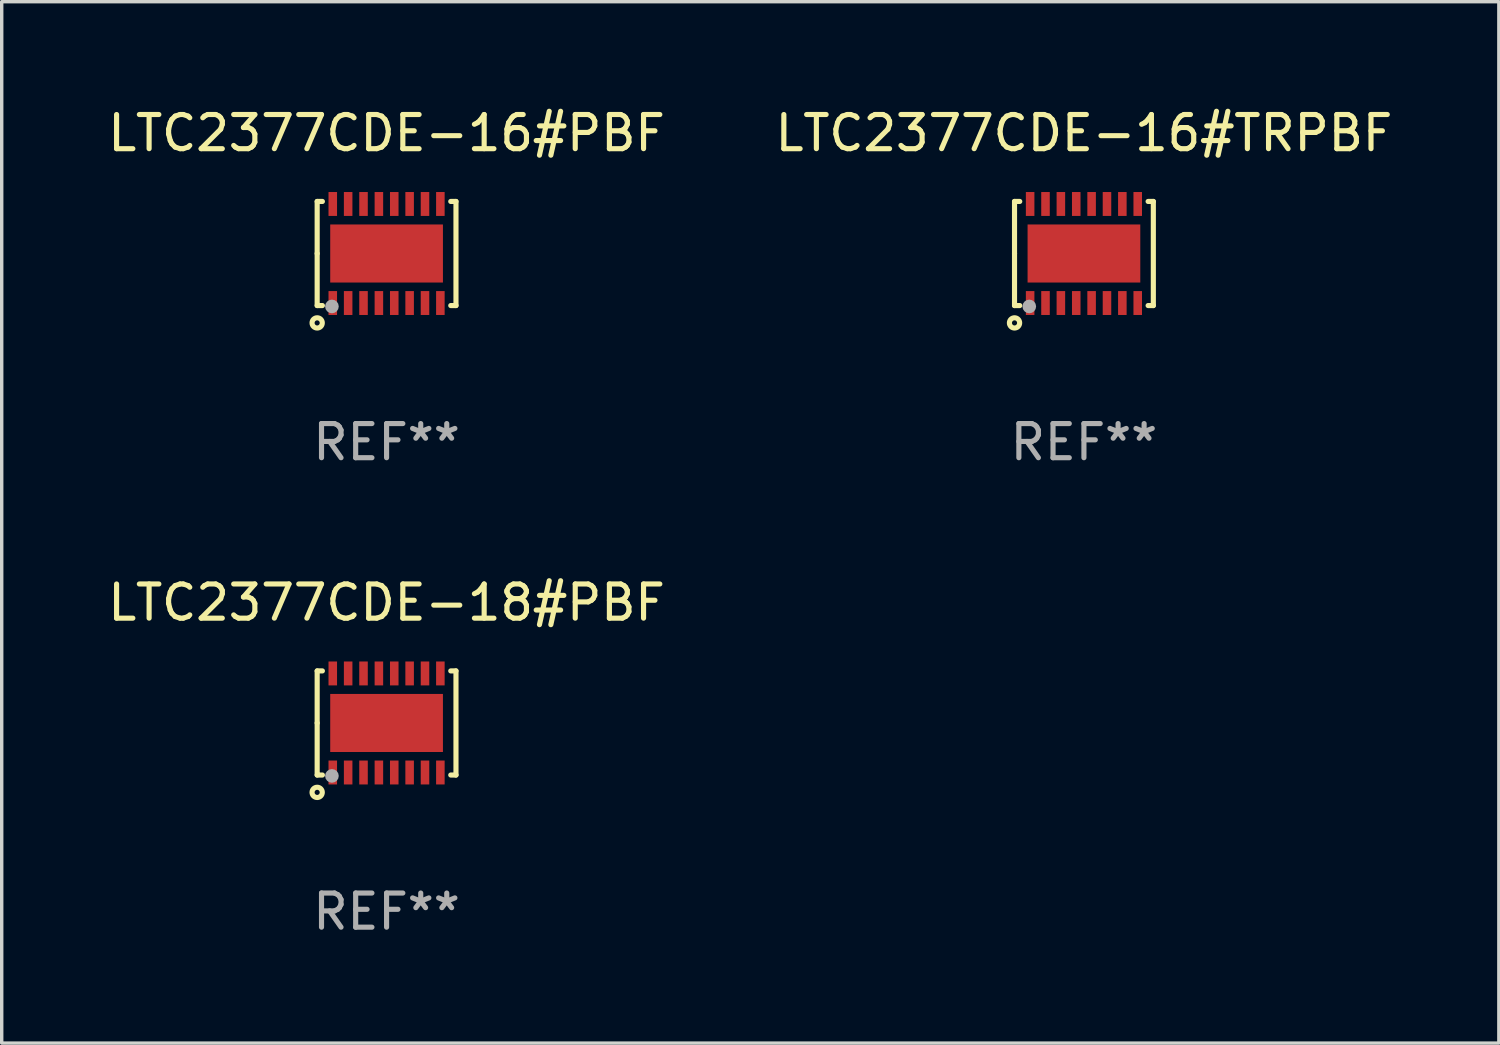
<source format=kicad_pcb>
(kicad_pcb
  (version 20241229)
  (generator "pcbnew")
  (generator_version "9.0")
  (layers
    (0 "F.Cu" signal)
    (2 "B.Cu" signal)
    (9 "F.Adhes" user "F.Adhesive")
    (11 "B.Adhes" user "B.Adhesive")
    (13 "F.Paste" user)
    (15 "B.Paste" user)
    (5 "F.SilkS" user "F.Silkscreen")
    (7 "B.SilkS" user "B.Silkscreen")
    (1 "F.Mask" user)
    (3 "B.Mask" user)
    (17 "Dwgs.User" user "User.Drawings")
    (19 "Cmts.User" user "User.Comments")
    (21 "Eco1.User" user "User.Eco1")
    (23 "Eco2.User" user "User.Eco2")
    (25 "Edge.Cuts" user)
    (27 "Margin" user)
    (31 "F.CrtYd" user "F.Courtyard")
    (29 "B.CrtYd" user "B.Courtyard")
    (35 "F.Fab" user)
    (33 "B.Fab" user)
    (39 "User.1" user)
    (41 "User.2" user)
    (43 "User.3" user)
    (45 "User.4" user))
  (footprint "LTC2377CDE-16#TRPBF"
    (layer "F.Cu")
    (at 28.685 4.372)
    (property "Reference" "LTC2377CDE-16#TRPBF" (at 0 -3.524 0) (layer "F.SilkS") (effects (font (size 1 1) (thickness 0.15))))
    (attr through_hole)
    (fp_line (start -2.032 -1.524) (end -1.879 -1.524) (stroke (width 0.15) (type solid)) (layer "F.SilkS"))
    (fp_line (start -2.032 0) (end -2.032 -1.524) (stroke (width 0.15) (type solid)) (layer "F.SilkS"))
    (fp_line (start -2.032 1.524) (end -2.032 0) (stroke (width 0.15) (type solid)) (layer "F.SilkS"))
    (fp_line (start -1.879 1.524) (end -2.032 1.524) (stroke (width 0.15) (type solid)) (layer "F.SilkS"))
    (fp_line (start 1.879 -1.524) (end 2.032 -1.524) (stroke (width 0.15) (type solid)) (layer "F.SilkS"))
    (fp_line (start 2.032 -1.524) (end 2.032 1.524) (stroke (width 0.15) (type solid)) (layer "F.SilkS"))
    (fp_line (start 2.032 1.524) (end 1.879 1.524) (stroke (width 0.15) (type solid)) (layer "F.SilkS"))
    (fp_circle (center -2.032 2.032) (end -1.882 2.032) (stroke (width 0.15) (type solid)) (fill no) (layer "F.SilkS"))
    (fp_circle (center -2 1.5) (end -1.97 1.5) (stroke (width 0.06) (type solid)) (fill no) (layer "F.SilkS"))
    (fp_circle (center -1.6 1.55) (end -1.5 1.55) (stroke (width 0.2) (type solid)) (fill no) (layer "F.Fab"))
    (fp_text user "REF**" (at 0 5.524 0) (layer "F.Fab") (effects (font (size 1 1) (thickness 0.15))))
    (pad "1" smd rect (at -1.575 1.45 90) (size 0.7 0.25) (layers "F.Cu" "F.Mask" "F.Paste"))
    (pad "2" smd rect (at -1.125 1.45 90) (size 0.7 0.25) (layers "F.Cu" "F.Mask" "F.Paste"))
    (pad "3" smd rect (at -0.675 1.45 90) (size 0.7 0.25) (layers "F.Cu" "F.Mask" "F.Paste"))
    (pad "4" smd rect (at -0.225 1.45 90) (size 0.7 0.25) (layers "F.Cu" "F.Mask" "F.Paste"))
    (pad "5" smd rect (at 0.225 1.45 90) (size 0.7 0.25) (layers "F.Cu" "F.Mask" "F.Paste"))
    (pad "6" smd rect (at 0.675 1.45 90) (size 0.7 0.25) (layers "F.Cu" "F.Mask" "F.Paste"))
    (pad "7" smd rect (at 1.125 1.45 90) (size 0.7 0.25) (layers "F.Cu" "F.Mask" "F.Paste"))
    (pad "8" smd rect (at 1.575 1.45 90) (size 0.7 0.25) (layers "F.Cu" "F.Mask" "F.Paste"))
    (pad "9" smd rect (at 1.575 -1.45 90) (size 0.7 0.25) (layers "F.Cu" "F.Mask" "F.Paste"))
    (pad "10" smd rect (at 1.125 -1.45 90) (size 0.7 0.25) (layers "F.Cu" "F.Mask" "F.Paste"))
    (pad "11" smd rect (at 0.675 -1.45 90) (size 0.7 0.25) (layers "F.Cu" "F.Mask" "F.Paste"))
    (pad "12" smd rect (at 0.225 -1.45 90) (size 0.7 0.25) (layers "F.Cu" "F.Mask" "F.Paste"))
    (pad "13" smd rect (at -0.225 -1.45 90) (size 0.7 0.25) (layers "F.Cu" "F.Mask" "F.Paste"))
    (pad "14" smd rect (at -0.675 -1.45 90) (size 0.7 0.25) (layers "F.Cu" "F.Mask" "F.Paste"))
    (pad "15" smd rect (at -1.125 -1.45 90) (size 0.7 0.25) (layers "F.Cu" "F.Mask" "F.Paste"))
    (pad "16" smd rect (at -1.575 -1.45 90) (size 0.7 0.25) (layers "F.Cu" "F.Mask" "F.Paste"))
    (pad "17" smd rect (at 0.000127 0 90) (size 1.7 3.3) (layers "F.Cu" "F.Mask" "F.Paste")))
  (footprint "LTC2377CDE-16#PBF"
    (layer "F.Cu")
    (at 8.268 4.372)
    (property "Reference" "LTC2377CDE-16#PBF" (at 0 -3.524 0) (layer "F.SilkS") (effects (font (size 1 1) (thickness 0.15))))
    (attr through_hole)
    (fp_line (start -2.032 -1.524) (end -1.879 -1.524) (stroke (width 0.15) (type solid)) (layer "F.SilkS"))
    (fp_line (start -2.032 0) (end -2.032 -1.524) (stroke (width 0.15) (type solid)) (layer "F.SilkS"))
    (fp_line (start -2.032 1.524) (end -2.032 0) (stroke (width 0.15) (type solid)) (layer "F.SilkS"))
    (fp_line (start -1.879 1.524) (end -2.032 1.524) (stroke (width 0.15) (type solid)) (layer "F.SilkS"))
    (fp_line (start 1.879 -1.524) (end 2.032 -1.524) (stroke (width 0.15) (type solid)) (layer "F.SilkS"))
    (fp_line (start 2.032 -1.524) (end 2.032 1.524) (stroke (width 0.15) (type solid)) (layer "F.SilkS"))
    (fp_line (start 2.032 1.524) (end 1.879 1.524) (stroke (width 0.15) (type solid)) (layer "F.SilkS"))
    (fp_circle (center -2.032 2.032) (end -1.882 2.032) (stroke (width 0.15) (type solid)) (fill no) (layer "F.SilkS"))
    (fp_circle (center -2 1.5) (end -1.97 1.5) (stroke (width 0.06) (type solid)) (fill no) (layer "F.SilkS"))
    (fp_circle (center -1.6 1.55) (end -1.5 1.55) (stroke (width 0.2) (type solid)) (fill no) (layer "F.Fab"))
    (fp_text user "REF**" (at 0 5.524 0) (layer "F.Fab") (effects (font (size 1 1) (thickness 0.15))))
    (pad "1" smd rect (at -1.575 1.45 90) (size 0.7 0.25) (layers "F.Cu" "F.Mask" "F.Paste"))
    (pad "2" smd rect (at -1.125 1.45 90) (size 0.7 0.25) (layers "F.Cu" "F.Mask" "F.Paste"))
    (pad "3" smd rect (at -0.675 1.45 90) (size 0.7 0.25) (layers "F.Cu" "F.Mask" "F.Paste"))
    (pad "4" smd rect (at -0.225 1.45 90) (size 0.7 0.25) (layers "F.Cu" "F.Mask" "F.Paste"))
    (pad "5" smd rect (at 0.225 1.45 90) (size 0.7 0.25) (layers "F.Cu" "F.Mask" "F.Paste"))
    (pad "6" smd rect (at 0.675 1.45 90) (size 0.7 0.25) (layers "F.Cu" "F.Mask" "F.Paste"))
    (pad "7" smd rect (at 1.125 1.45 90) (size 0.7 0.25) (layers "F.Cu" "F.Mask" "F.Paste"))
    (pad "8" smd rect (at 1.575 1.45 90) (size 0.7 0.25) (layers "F.Cu" "F.Mask" "F.Paste"))
    (pad "9" smd rect (at 1.575 -1.45 90) (size 0.7 0.25) (layers "F.Cu" "F.Mask" "F.Paste"))
    (pad "10" smd rect (at 1.125 -1.45 90) (size 0.7 0.25) (layers "F.Cu" "F.Mask" "F.Paste"))
    (pad "11" smd rect (at 0.675 -1.45 90) (size 0.7 0.25) (layers "F.Cu" "F.Mask" "F.Paste"))
    (pad "12" smd rect (at 0.225 -1.45 90) (size 0.7 0.25) (layers "F.Cu" "F.Mask" "F.Paste"))
    (pad "13" smd rect (at -0.225 -1.45 90) (size 0.7 0.25) (layers "F.Cu" "F.Mask" "F.Paste"))
    (pad "14" smd rect (at -0.675 -1.45 90) (size 0.7 0.25) (layers "F.Cu" "F.Mask" "F.Paste"))
    (pad "15" smd rect (at -1.125 -1.45 90) (size 0.7 0.25) (layers "F.Cu" "F.Mask" "F.Paste"))
    (pad "16" smd rect (at -1.575 -1.45 90) (size 0.7 0.25) (layers "F.Cu" "F.Mask" "F.Paste"))
    (pad "17" smd rect (at 0.000127 0 90) (size 1.7 3.3) (layers "F.Cu" "F.Mask" "F.Paste")))
  (footprint "LTC2377CDE-18#PBF"
    (layer "F.Cu")
    (at 8.268 18.117)
    (property "Reference" "LTC2377CDE-18#PBF" (at 0 -3.524 0) (layer "F.SilkS") (effects (font (size 1 1) (thickness 0.15))))
    (attr through_hole)
    (fp_line (start -2.032 -1.524) (end -1.879 -1.524) (stroke (width 0.15) (type solid)) (layer "F.SilkS"))
    (fp_line (start -2.032 0) (end -2.032 -1.524) (stroke (width 0.15) (type solid)) (layer "F.SilkS"))
    (fp_line (start -2.032 1.524) (end -2.032 0) (stroke (width 0.15) (type solid)) (layer "F.SilkS"))
    (fp_line (start -1.879 1.524) (end -2.032 1.524) (stroke (width 0.15) (type solid)) (layer "F.SilkS"))
    (fp_line (start 1.879 -1.524) (end 2.032 -1.524) (stroke (width 0.15) (type solid)) (layer "F.SilkS"))
    (fp_line (start 2.032 -1.524) (end 2.032 1.524) (stroke (width 0.15) (type solid)) (layer "F.SilkS"))
    (fp_line (start 2.032 1.524) (end 1.879 1.524) (stroke (width 0.15) (type solid)) (layer "F.SilkS"))
    (fp_circle (center -2.032 2.032) (end -1.882 2.032) (stroke (width 0.15) (type solid)) (fill no) (layer "F.SilkS"))
    (fp_circle (center -2 1.5) (end -1.97 1.5) (stroke (width 0.06) (type solid)) (fill no) (layer "F.SilkS"))
    (fp_circle (center -1.6 1.55) (end -1.5 1.55) (stroke (width 0.2) (type solid)) (fill no) (layer "F.Fab"))
    (fp_text user "REF**" (at 0 5.524 0) (layer "F.Fab") (effects (font (size 1 1) (thickness 0.15))))
    (pad "1" smd rect (at -1.575 1.45 90) (size 0.7 0.25) (layers "F.Cu" "F.Mask" "F.Paste"))
    (pad "2" smd rect (at -1.125 1.45 90) (size 0.7 0.25) (layers "F.Cu" "F.Mask" "F.Paste"))
    (pad "3" smd rect (at -0.675 1.45 90) (size 0.7 0.25) (layers "F.Cu" "F.Mask" "F.Paste"))
    (pad "4" smd rect (at -0.225 1.45 90) (size 0.7 0.25) (layers "F.Cu" "F.Mask" "F.Paste"))
    (pad "5" smd rect (at 0.225 1.45 90) (size 0.7 0.25) (layers "F.Cu" "F.Mask" "F.Paste"))
    (pad "6" smd rect (at 0.675 1.45 90) (size 0.7 0.25) (layers "F.Cu" "F.Mask" "F.Paste"))
    (pad "7" smd rect (at 1.125 1.45 90) (size 0.7 0.25) (layers "F.Cu" "F.Mask" "F.Paste"))
    (pad "8" smd rect (at 1.575 1.45 90) (size 0.7 0.25) (layers "F.Cu" "F.Mask" "F.Paste"))
    (pad "9" smd rect (at 1.575 -1.45 90) (size 0.7 0.25) (layers "F.Cu" "F.Mask" "F.Paste"))
    (pad "10" smd rect (at 1.125 -1.45 90) (size 0.7 0.25) (layers "F.Cu" "F.Mask" "F.Paste"))
    (pad "11" smd rect (at 0.675 -1.45 90) (size 0.7 0.25) (layers "F.Cu" "F.Mask" "F.Paste"))
    (pad "12" smd rect (at 0.225 -1.45 90) (size 0.7 0.25) (layers "F.Cu" "F.Mask" "F.Paste"))
    (pad "13" smd rect (at -0.225 -1.45 90) (size 0.7 0.25) (layers "F.Cu" "F.Mask" "F.Paste"))
    (pad "14" smd rect (at -0.675 -1.45 90) (size 0.7 0.25) (layers "F.Cu" "F.Mask" "F.Paste"))
    (pad "15" smd rect (at -1.125 -1.45 90) (size 0.7 0.25) (layers "F.Cu" "F.Mask" "F.Paste"))
    (pad "16" smd rect (at -1.575 -1.45 90) (size 0.7 0.25) (layers "F.Cu" "F.Mask" "F.Paste"))
    (pad "17" smd rect (at 0.000127 0 90) (size 1.7 3.3) (layers "F.Cu" "F.Mask" "F.Paste")))
  (gr_rect
    (start -3 -3)
    (end 40.833 27.489)
    (stroke (width 0.1) (type default))
    (fill no)
    (layer "Edge.Cuts")))
</source>
